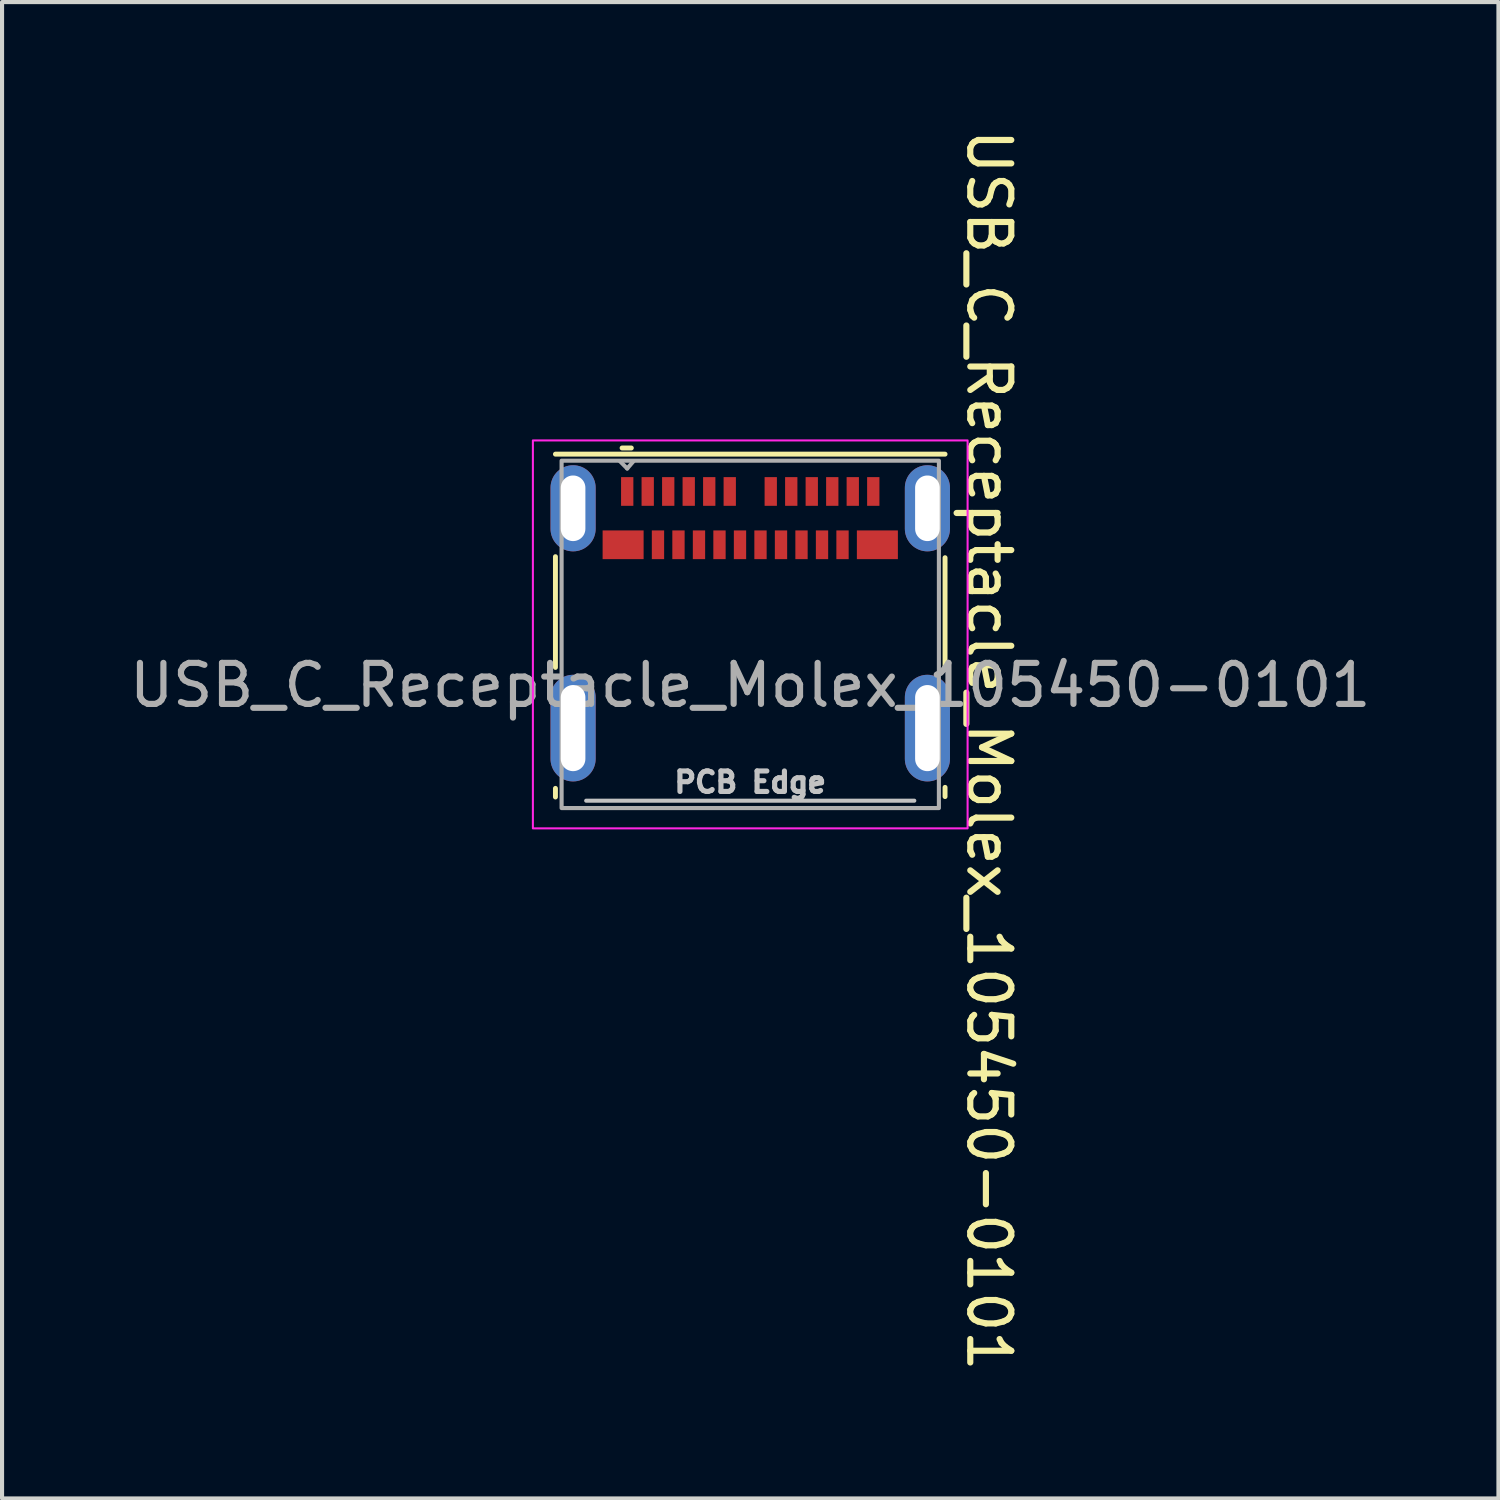
<source format=kicad_pcb>
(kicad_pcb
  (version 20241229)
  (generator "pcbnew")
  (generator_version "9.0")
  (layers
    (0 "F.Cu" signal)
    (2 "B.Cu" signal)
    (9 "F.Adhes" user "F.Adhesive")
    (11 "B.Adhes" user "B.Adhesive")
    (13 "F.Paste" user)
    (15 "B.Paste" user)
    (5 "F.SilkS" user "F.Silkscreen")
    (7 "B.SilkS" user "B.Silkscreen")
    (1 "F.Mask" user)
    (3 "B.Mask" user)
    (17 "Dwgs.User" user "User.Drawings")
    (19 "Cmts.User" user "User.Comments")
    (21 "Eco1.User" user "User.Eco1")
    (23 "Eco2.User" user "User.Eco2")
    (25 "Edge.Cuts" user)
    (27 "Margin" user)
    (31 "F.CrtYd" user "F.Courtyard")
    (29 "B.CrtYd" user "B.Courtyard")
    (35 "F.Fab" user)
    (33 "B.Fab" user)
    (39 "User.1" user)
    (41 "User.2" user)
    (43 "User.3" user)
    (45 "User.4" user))
  (footprint "USB_C_Receptacle_Molex_105450-0101"
    (layer "F.Cu")
    (at 15.244 12.149)
    (property "Reference" "USB_C_Receptacle_Molex_105450-0101" (at 5.82 3.095 270) (unlocked yes) (layer "F.SilkS") (effects (font (size 1 1) (thickness 0.15))))
    (attr smd)
    (fp_line (start -4.75 -4.125) (end 4.75 -4.125) (stroke (width 0.12) (type solid)) (layer "F.SilkS"))
    (fp_line (start -4.75 -1.625) (end -4.75 1.075) (stroke (width 0.12) (type solid)) (layer "F.SilkS"))
    (fp_line (start -4.75 4.235) (end -4.75 4.025) (stroke (width 0.12) (type solid)) (layer "F.SilkS"))
    (fp_line (start -3.125 -4.275) (end -2.9 -4.275) (stroke (width 0.12) (type solid)) (layer "F.SilkS"))
    (fp_line (start 4.75 1.125) (end 4.75 -1.6) (stroke (width 0.12) (type solid)) (layer "F.SilkS"))
    (fp_line (start 4.75 4.225) (end 4.75 4) (stroke (width 0.12) (type solid)) (layer "F.SilkS"))
    (fp_line (start -4 4.325) (end 4 4.325) (stroke (width 0.1) (type solid)) (layer "Dwgs.User"))
    (fp_rect (start -5.3 -4.46) (end 5.3 5) (stroke (width 0.05) (type solid)) (fill no) (layer "F.CrtYd"))
    (fp_line (start -3.175 -3.95) (end -3 -3.775) (stroke (width 0.1) (type solid)) (layer "F.Fab"))
    (fp_line (start -3 -3.775) (end -2.85 -3.95) (stroke (width 0.1) (type solid)) (layer "F.Fab"))
    (fp_rect (start -4.6 -3.965) (end 4.6 4.505) (stroke (width 0.1) (type solid)) (fill no) (layer "F.Fab"))
    (fp_text user "PCB Edge" (at 0 3.875 0) (unlocked yes) (layer "Dwgs.User") (effects (font (size 0.5 0.5) (thickness 0.125))))
    (fp_text user "${REFERENCE}" (at 0 1.51 0) (unlocked yes) (layer "F.Fab") (effects (font (size 1 1) (thickness 0.15))))
    (pad "A1" smd rect (at -3 -3.215) (size 0.3 0.7) (layers "F.Cu" "F.Mask" "F.Paste"))
    (pad "A2" smd rect (at -2.5 -3.215) (size 0.3 0.7) (layers "F.Cu" "F.Mask" "F.Paste"))
    (pad "A3" smd rect (at -2 -3.215) (size 0.3 0.7) (layers "F.Cu" "F.Mask" "F.Paste"))
    (pad "A4" smd rect (at -1.5 -3.215) (size 0.3 0.7) (layers "F.Cu" "F.Mask" "F.Paste"))
    (pad "A5" smd rect (at -1 -3.215) (size 0.3 0.7) (layers "F.Cu" "F.Mask" "F.Paste"))
    (pad "A6" smd rect (at -0.5 -3.215) (size 0.3 0.7) (layers "F.Cu" "F.Mask" "F.Paste"))
    (pad "A7" smd rect (at 0.5 -3.215) (size 0.3 0.7) (layers "F.Cu" "F.Mask" "F.Paste"))
    (pad "A8" smd rect (at 1 -3.215) (size 0.3 0.7) (layers "F.Cu" "F.Mask" "F.Paste"))
    (pad "A9" smd rect (at 1.5 -3.215) (size 0.3 0.7) (layers "F.Cu" "F.Mask" "F.Paste"))
    (pad "A10" smd rect (at 2 -3.215) (size 0.3 0.7) (layers "F.Cu" "F.Mask" "F.Paste"))
    (pad "A11" smd rect (at 2.5 -3.215) (size 0.3 0.7) (layers "F.Cu" "F.Mask" "F.Paste"))
    (pad "A12" smd rect (at 3 -3.215) (size 0.3 0.7) (layers "F.Cu" "F.Mask" "F.Paste"))
    (pad "B1" smd rect (at 3.1 -1.915) (size 1 0.7) (layers "F.Cu" "F.Mask" "F.Paste"))
    (pad "B2" smd rect (at 2.25 -1.915) (size 0.3 0.7) (layers "F.Cu" "F.Mask" "F.Paste"))
    (pad "B3" smd rect (at 1.75 -1.915) (size 0.3 0.7) (layers "F.Cu" "F.Mask" "F.Paste"))
    (pad "B4" smd rect (at 1.25 -1.915) (size 0.3 0.7) (layers "F.Cu" "F.Mask" "F.Paste"))
    (pad "B5" smd rect (at 0.75 -1.915) (size 0.3 0.7) (layers "F.Cu" "F.Mask" "F.Paste"))
    (pad "B6" smd rect (at 0.25 -1.915) (size 0.3 0.7) (layers "F.Cu" "F.Mask" "F.Paste"))
    (pad "B7" smd rect (at -0.25 -1.915) (size 0.3 0.7) (layers "F.Cu" "F.Mask" "F.Paste"))
    (pad "B8" smd rect (at -0.75 -1.915) (size 0.3 0.7) (layers "F.Cu" "F.Mask" "F.Paste"))
    (pad "B9" smd rect (at -1.25 -1.915) (size 0.3 0.7) (layers "F.Cu" "F.Mask" "F.Paste"))
    (pad "B10" smd rect (at -1.75 -1.915) (size 0.3 0.7) (layers "F.Cu" "F.Mask" "F.Paste"))
    (pad "B11" smd rect (at -2.25 -1.915) (size 0.3 0.7) (layers "F.Cu" "F.Mask" "F.Paste"))
    (pad "B12" smd rect (at -3.1 -1.915) (size 1 0.7) (layers "F.Cu" "F.Mask" "F.Paste"))
    (pad "S1" thru_hole oval (at -4.32 -2.805) (size 1.1 2.1) (drill oval 0.6 1.6) (layers "*.Cu" "*.Mask"))
    (pad "S1" thru_hole oval (at -4.32 2.555) (size 1.1 2.6) (drill oval 0.6 2.1) (layers "*.Cu" "*.Mask"))
    (pad "S1" thru_hole oval (at 4.32 -2.805) (size 1.1 2.1) (drill oval 0.6 1.6) (layers "*.Cu" "*.Mask"))
    (pad "S1" thru_hole oval (at 4.32 2.555) (size 1.1 2.6) (drill oval 0.6 2.1) (layers "*.Cu" "*.Mask"))
    (zone (net_name "") (layers "F.Cu" "Dwgs.User") (hatch full 0.508) (connect_pads) (min_thickness 0.254) (filled_areas_thickness no) (keepout (tracks not_allowed) (vias not_allowed) (pads not_allowed) (copperpour not_allowed) (footprints not_allowed)) (placement (enabled no)) (fill) (polygon (pts (xy 18.744 16.474) (xy 11.744 16.474) (xy 11.744 12.544) (xy 18.744 12.544)))))
  (gr_rect
    (start -3 -3)
    (end 33.488 33.488)
    (stroke (width 0.1) (type default))
    (fill no)
    (layer "Edge.Cuts")))
</source>
